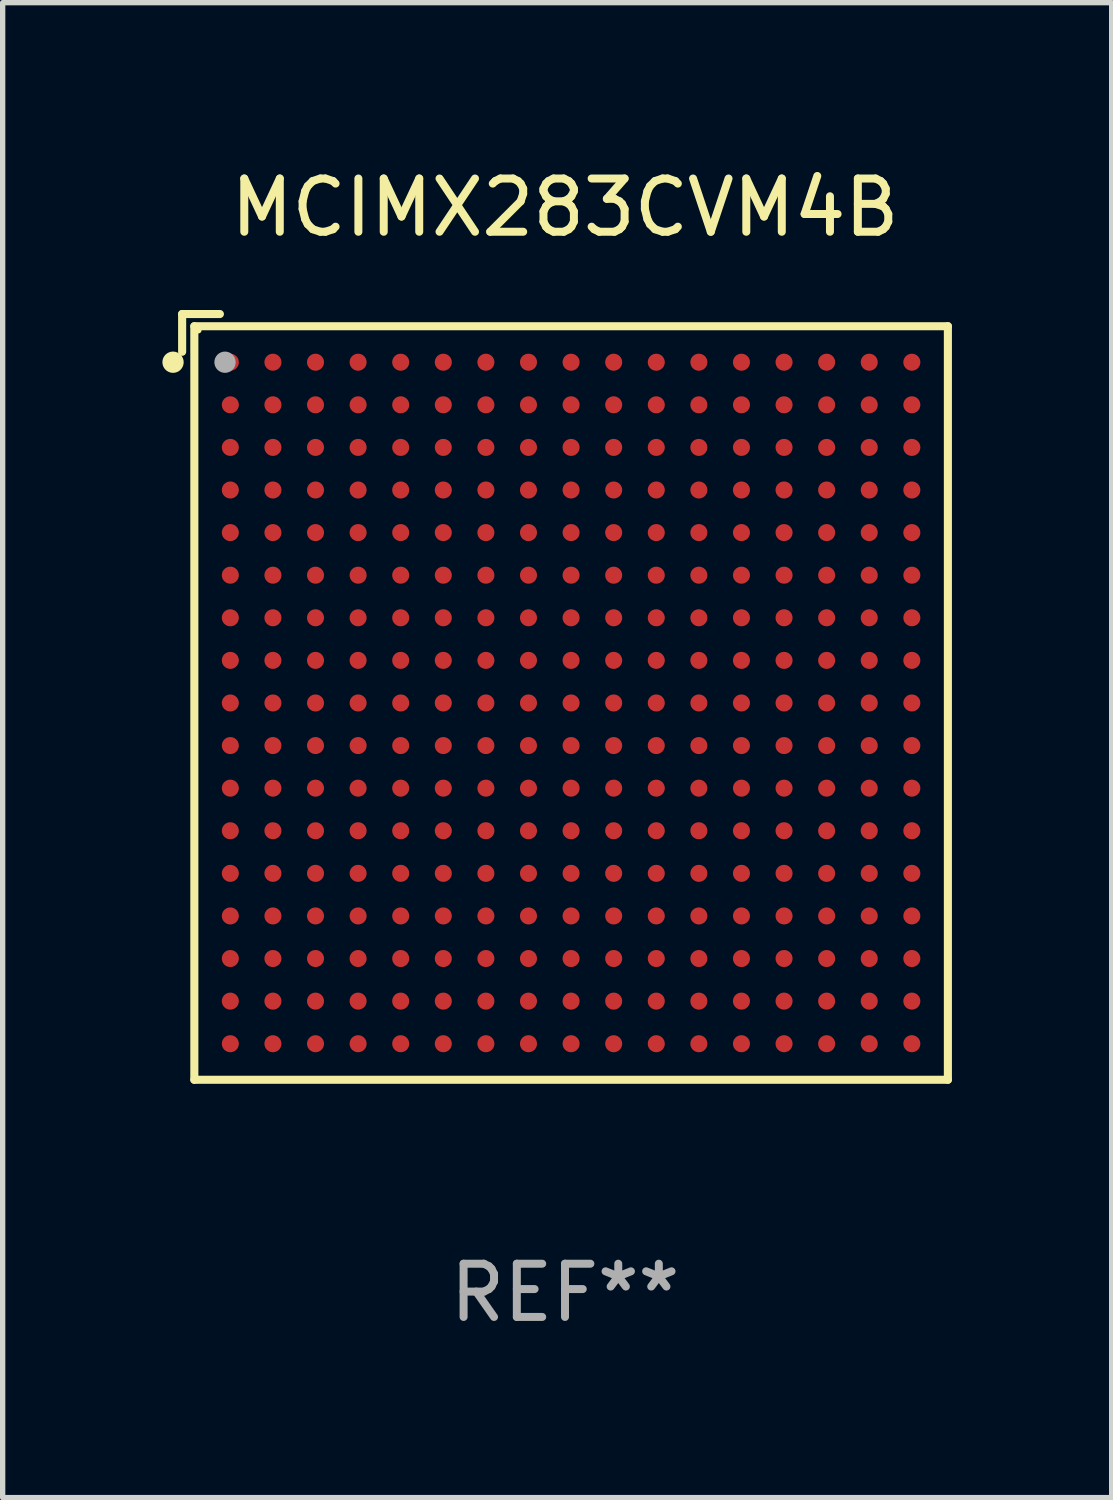
<source format=kicad_pcb>
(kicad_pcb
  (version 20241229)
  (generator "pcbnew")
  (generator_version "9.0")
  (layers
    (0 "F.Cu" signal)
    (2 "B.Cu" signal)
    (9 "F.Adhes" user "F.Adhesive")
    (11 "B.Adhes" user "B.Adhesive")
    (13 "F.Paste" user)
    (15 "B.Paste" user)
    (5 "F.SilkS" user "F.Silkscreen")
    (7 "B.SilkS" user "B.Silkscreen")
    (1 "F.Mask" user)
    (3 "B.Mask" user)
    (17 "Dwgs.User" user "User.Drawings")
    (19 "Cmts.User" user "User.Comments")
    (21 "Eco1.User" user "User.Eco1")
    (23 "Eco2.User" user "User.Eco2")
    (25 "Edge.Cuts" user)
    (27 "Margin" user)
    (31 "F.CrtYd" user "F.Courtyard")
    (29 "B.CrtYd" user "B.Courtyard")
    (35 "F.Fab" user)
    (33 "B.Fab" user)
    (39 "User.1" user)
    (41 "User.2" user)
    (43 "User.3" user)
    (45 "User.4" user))
  (footprint "MCIMX283CVM4B"
    (layer "F.Cu")
    (at 7.562 10.039)
    (property "Reference" "MCIMX283CVM4B" (at 0 -9.191 0) (layer "F.SilkS") (effects (font (size 1 1) (thickness 0.15))))
    (attr through_hole)
    (fp_line (start -7.191 -7.191) (end -7.191 -6.482) (stroke (width 0.152) (type solid)) (layer "F.SilkS"))
    (fp_line (start -6.962 -6.962) (end 7.191 -6.962) (stroke (width 0.152) (type solid)) (layer "F.SilkS"))
    (fp_line (start -6.962 7.191) (end -6.962 -6.962) (stroke (width 0.152) (type solid)) (layer "F.SilkS"))
    (fp_line (start -6.482 -7.191) (end -7.191 -7.191) (stroke (width 0.152) (type solid)) (layer "F.SilkS"))
    (fp_line (start 7.191 -6.962) (end 7.191 7.191) (stroke (width 0.152) (type solid)) (layer "F.SilkS"))
    (fp_line (start 7.191 7.191) (end -6.962 7.191) (stroke (width 0.152) (type solid)) (layer "F.SilkS"))
    (fp_circle (center -7.362 -6.286) (end -7.262 -6.286) (stroke (width 0.2) (type solid)) (fill no) (layer "F.SilkS"))
    (fp_circle (center -6.886 -6.886) (end -6.856 -6.886) (stroke (width 0.06) (type solid)) (fill no) (layer "F.SilkS"))
    (fp_circle (center -6.386 -6.286) (end -6.286 -6.286) (stroke (width 0.2) (type solid)) (fill no) (layer "F.Fab"))
    (fp_text user "REF**" (at 0 11.191 0) (layer "F.Fab") (effects (font (size 1 1) (thickness 0.15))))
    (pad "A1" smd circle (at -6.286 -6.286) (size 0.32 0.32) (layers "F.Cu" "F.Mask" "F.Paste"))
    (pad "A2" smd circle (at -5.486 -6.286) (size 0.32 0.32) (layers "F.Cu" "F.Mask" "F.Paste"))
    (pad "A3" smd circle (at -4.686 -6.286) (size 0.32 0.32) (layers "F.Cu" "F.Mask" "F.Paste"))
    (pad "A4" smd circle (at -3.886 -6.286) (size 0.32 0.32) (layers "F.Cu" "F.Mask" "F.Paste"))
    (pad "A5" smd circle (at -3.086 -6.286) (size 0.32 0.32) (layers "F.Cu" "F.Mask" "F.Paste"))
    (pad "A6" smd circle (at -2.286 -6.286) (size 0.32 0.32) (layers "F.Cu" "F.Mask" "F.Paste"))
    (pad "A7" smd circle (at -1.486 -6.286) (size 0.32 0.32) (layers "F.Cu" "F.Mask" "F.Paste"))
    (pad "A8" smd circle (at -0.686 -6.286) (size 0.32 0.32) (layers "F.Cu" "F.Mask" "F.Paste"))
    (pad "A9" smd circle (at 0.114 -6.286) (size 0.32 0.32) (layers "F.Cu" "F.Mask" "F.Paste"))
    (pad "A10" smd circle (at 0.914 -6.286) (size 0.32 0.32) (layers "F.Cu" "F.Mask" "F.Paste"))
    (pad "A11" smd circle (at 1.714 -6.286) (size 0.32 0.32) (layers "F.Cu" "F.Mask" "F.Paste"))
    (pad "A12" smd circle (at 2.514 -6.286) (size 0.32 0.32) (layers "F.Cu" "F.Mask" "F.Paste"))
    (pad "A13" smd circle (at 3.314 -6.286) (size 0.32 0.32) (layers "F.Cu" "F.Mask" "F.Paste"))
    (pad "A14" smd circle (at 4.114 -6.286) (size 0.32 0.32) (layers "F.Cu" "F.Mask" "F.Paste"))
    (pad "A15" smd circle (at 4.914 -6.286) (size 0.32 0.32) (layers "F.Cu" "F.Mask" "F.Paste"))
    (pad "A16" smd circle (at 5.714 -6.286) (size 0.32 0.32) (layers "F.Cu" "F.Mask" "F.Paste"))
    (pad "A17" smd circle (at 6.514 -6.286) (size 0.32 0.32) (layers "F.Cu" "F.Mask" "F.Paste"))
    (pad "B1" smd circle (at -6.286 -5.486) (size 0.32 0.32) (layers "F.Cu" "F.Mask" "F.Paste"))
    (pad "B2" smd circle (at -5.486 -5.486) (size 0.32 0.32) (layers "F.Cu" "F.Mask" "F.Paste"))
    (pad "B3" smd circle (at -4.686 -5.486) (size 0.32 0.32) (layers "F.Cu" "F.Mask" "F.Paste"))
    (pad "B4" smd circle (at -3.886 -5.486) (size 0.32 0.32) (layers "F.Cu" "F.Mask" "F.Paste"))
    (pad "B5" smd circle (at -3.086 -5.486) (size 0.32 0.32) (layers "F.Cu" "F.Mask" "F.Paste"))
    (pad "B6" smd circle (at -2.286 -5.486) (size 0.32 0.32) (layers "F.Cu" "F.Mask" "F.Paste"))
    (pad "B7" smd circle (at -1.486 -5.486) (size 0.32 0.32) (layers "F.Cu" "F.Mask" "F.Paste"))
    (pad "B8" smd circle (at -0.686 -5.486) (size 0.32 0.32) (layers "F.Cu" "F.Mask" "F.Paste"))
    (pad "B9" smd circle (at 0.114 -5.486) (size 0.32 0.32) (layers "F.Cu" "F.Mask" "F.Paste"))
    (pad "B10" smd circle (at 0.914 -5.486) (size 0.32 0.32) (layers "F.Cu" "F.Mask" "F.Paste"))
    (pad "B11" smd circle (at 1.714 -5.486) (size 0.32 0.32) (layers "F.Cu" "F.Mask" "F.Paste"))
    (pad "B12" smd circle (at 2.514 -5.486) (size 0.32 0.32) (layers "F.Cu" "F.Mask" "F.Paste"))
    (pad "B13" smd circle (at 3.314 -5.486) (size 0.32 0.32) (layers "F.Cu" "F.Mask" "F.Paste"))
    (pad "B14" smd circle (at 4.114 -5.486) (size 0.32 0.32) (layers "F.Cu" "F.Mask" "F.Paste"))
    (pad "B15" smd circle (at 4.914 -5.486) (size 0.32 0.32) (layers "F.Cu" "F.Mask" "F.Paste"))
    (pad "B16" smd circle (at 5.714 -5.486) (size 0.32 0.32) (layers "F.Cu" "F.Mask" "F.Paste"))
    (pad "B17" smd circle (at 6.514 -5.486) (size 0.32 0.32) (layers "F.Cu" "F.Mask" "F.Paste"))
    (pad "C1" smd circle (at -6.286 -4.686) (size 0.32 0.32) (layers "F.Cu" "F.Mask" "F.Paste"))
    (pad "C2" smd circle (at -5.486 -4.686) (size 0.32 0.32) (layers "F.Cu" "F.Mask" "F.Paste"))
    (pad "C3" smd circle (at -4.686 -4.686) (size 0.32 0.32) (layers "F.Cu" "F.Mask" "F.Paste"))
    (pad "C4" smd circle (at -3.886 -4.686) (size 0.32 0.32) (layers "F.Cu" "F.Mask" "F.Paste"))
    (pad "C5" smd circle (at -3.086 -4.686) (size 0.32 0.32) (layers "F.Cu" "F.Mask" "F.Paste"))
    (pad "C6" smd circle (at -2.286 -4.686) (size 0.32 0.32) (layers "F.Cu" "F.Mask" "F.Paste"))
    (pad "C7" smd circle (at -1.486 -4.686) (size 0.32 0.32) (layers "F.Cu" "F.Mask" "F.Paste"))
    (pad "C8" smd circle (at -0.686 -4.686) (size 0.32 0.32) (layers "F.Cu" "F.Mask" "F.Paste"))
    (pad "C9" smd circle (at 0.114 -4.686) (size 0.32 0.32) (layers "F.Cu" "F.Mask" "F.Paste"))
    (pad "C10" smd circle (at 0.914 -4.686) (size 0.32 0.32) (layers "F.Cu" "F.Mask" "F.Paste"))
    (pad "C11" smd circle (at 1.714 -4.686) (size 0.32 0.32) (layers "F.Cu" "F.Mask" "F.Paste"))
    (pad "C12" smd circle (at 2.514 -4.686) (size 0.32 0.32) (layers "F.Cu" "F.Mask" "F.Paste"))
    (pad "C13" smd circle (at 3.314 -4.686) (size 0.32 0.32) (layers "F.Cu" "F.Mask" "F.Paste"))
    (pad "C14" smd circle (at 4.114 -4.686) (size 0.32 0.32) (layers "F.Cu" "F.Mask" "F.Paste"))
    (pad "C15" smd circle (at 4.914 -4.686) (size 0.32 0.32) (layers "F.Cu" "F.Mask" "F.Paste"))
    (pad "C16" smd circle (at 5.714 -4.686) (size 0.32 0.32) (layers "F.Cu" "F.Mask" "F.Paste"))
    (pad "C17" smd circle (at 6.514 -4.686) (size 0.32 0.32) (layers "F.Cu" "F.Mask" "F.Paste"))
    (pad "D1" smd circle (at -6.286 -3.886) (size 0.32 0.32) (layers "F.Cu" "F.Mask" "F.Paste"))
    (pad "D2" smd circle (at -5.486 -3.886) (size 0.32 0.32) (layers "F.Cu" "F.Mask" "F.Paste"))
    (pad "D3" smd circle (at -4.686 -3.886) (size 0.32 0.32) (layers "F.Cu" "F.Mask" "F.Paste"))
    (pad "D4" smd circle (at -3.886 -3.886) (size 0.32 0.32) (layers "F.Cu" "F.Mask" "F.Paste"))
    (pad "D5" smd circle (at -3.086 -3.886) (size 0.32 0.32) (layers "F.Cu" "F.Mask" "F.Paste"))
    (pad "D6" smd circle (at -2.286 -3.886) (size 0.32 0.32) (layers "F.Cu" "F.Mask" "F.Paste"))
    (pad "D7" smd circle (at -1.486 -3.886) (size 0.32 0.32) (layers "F.Cu" "F.Mask" "F.Paste"))
    (pad "D8" smd circle (at -0.686 -3.886) (size 0.32 0.32) (layers "F.Cu" "F.Mask" "F.Paste"))
    (pad "D9" smd circle (at 0.114 -3.886) (size 0.32 0.32) (layers "F.Cu" "F.Mask" "F.Paste"))
    (pad "D10" smd circle (at 0.914 -3.886) (size 0.32 0.32) (layers "F.Cu" "F.Mask" "F.Paste"))
    (pad "D11" smd circle (at 1.714 -3.886) (size 0.32 0.32) (layers "F.Cu" "F.Mask" "F.Paste"))
    (pad "D12" smd circle (at 2.514 -3.886) (size 0.32 0.32) (layers "F.Cu" "F.Mask" "F.Paste"))
    (pad "D13" smd circle (at 3.314 -3.886) (size 0.32 0.32) (layers "F.Cu" "F.Mask" "F.Paste"))
    (pad "D14" smd circle (at 4.114 -3.886) (size 0.32 0.32) (layers "F.Cu" "F.Mask" "F.Paste"))
    (pad "D15" smd circle (at 4.914 -3.886) (size 0.32 0.32) (layers "F.Cu" "F.Mask" "F.Paste"))
    (pad "D16" smd circle (at 5.714 -3.886) (size 0.32 0.32) (layers "F.Cu" "F.Mask" "F.Paste"))
    (pad "D17" smd circle (at 6.514 -3.886) (size 0.32 0.32) (layers "F.Cu" "F.Mask" "F.Paste"))
    (pad "E1" smd circle (at -6.286 -3.086) (size 0.32 0.32) (layers "F.Cu" "F.Mask" "F.Paste"))
    (pad "E2" smd circle (at -5.486 -3.086) (size 0.32 0.32) (layers "F.Cu" "F.Mask" "F.Paste"))
    (pad "E3" smd circle (at -4.686 -3.086) (size 0.32 0.32) (layers "F.Cu" "F.Mask" "F.Paste"))
    (pad "E4" smd circle (at -3.886 -3.086) (size 0.32 0.32) (layers "F.Cu" "F.Mask" "F.Paste"))
    (pad "E5" smd circle (at -3.086 -3.086) (size 0.32 0.32) (layers "F.Cu" "F.Mask" "F.Paste"))
    (pad "E6" smd circle (at -2.286 -3.086) (size 0.32 0.32) (layers "F.Cu" "F.Mask" "F.Paste"))
    (pad "E7" smd circle (at -1.486 -3.086) (size 0.32 0.32) (layers "F.Cu" "F.Mask" "F.Paste"))
    (pad "E8" smd circle (at -0.686 -3.086) (size 0.32 0.32) (layers "F.Cu" "F.Mask" "F.Paste"))
    (pad "E9" smd circle (at 0.114 -3.086) (size 0.32 0.32) (layers "F.Cu" "F.Mask" "F.Paste"))
    (pad "E10" smd circle (at 0.914 -3.086) (size 0.32 0.32) (layers "F.Cu" "F.Mask" "F.Paste"))
    (pad "E11" smd circle (at 1.714 -3.086) (size 0.32 0.32) (layers "F.Cu" "F.Mask" "F.Paste"))
    (pad "E12" smd circle (at 2.514 -3.086) (size 0.32 0.32) (layers "F.Cu" "F.Mask" "F.Paste"))
    (pad "E13" smd circle (at 3.314 -3.086) (size 0.32 0.32) (layers "F.Cu" "F.Mask" "F.Paste"))
    (pad "E14" smd circle (at 4.114 -3.086) (size 0.32 0.32) (layers "F.Cu" "F.Mask" "F.Paste"))
    (pad "E15" smd circle (at 4.914 -3.086) (size 0.32 0.32) (layers "F.Cu" "F.Mask" "F.Paste"))
    (pad "E16" smd circle (at 5.714 -3.086) (size 0.32 0.32) (layers "F.Cu" "F.Mask" "F.Paste"))
    (pad "E17" smd circle (at 6.514 -3.086) (size 0.32 0.32) (layers "F.Cu" "F.Mask" "F.Paste"))
    (pad "F1" smd circle (at -6.286 -2.286) (size 0.32 0.32) (layers "F.Cu" "F.Mask" "F.Paste"))
    (pad "F2" smd circle (at -5.486 -2.286) (size 0.32 0.32) (layers "F.Cu" "F.Mask" "F.Paste"))
    (pad "F3" smd circle (at -4.686 -2.286) (size 0.32 0.32) (layers "F.Cu" "F.Mask" "F.Paste"))
    (pad "F4" smd circle (at -3.886 -2.286) (size 0.32 0.32) (layers "F.Cu" "F.Mask" "F.Paste"))
    (pad "F5" smd circle (at -3.086 -2.286) (size 0.32 0.32) (layers "F.Cu" "F.Mask" "F.Paste"))
    (pad "F6" smd circle (at -2.286 -2.286) (size 0.32 0.32) (layers "F.Cu" "F.Mask" "F.Paste"))
    (pad "F7" smd circle (at -1.486 -2.286) (size 0.32 0.32) (layers "F.Cu" "F.Mask" "F.Paste"))
    (pad "F8" smd circle (at -0.686 -2.286) (size 0.32 0.32) (layers "F.Cu" "F.Mask" "F.Paste"))
    (pad "F9" smd circle (at 0.114 -2.286) (size 0.32 0.32) (layers "F.Cu" "F.Mask" "F.Paste"))
    (pad "F10" smd circle (at 0.914 -2.286) (size 0.32 0.32) (layers "F.Cu" "F.Mask" "F.Paste"))
    (pad "F11" smd circle (at 1.714 -2.286) (size 0.32 0.32) (layers "F.Cu" "F.Mask" "F.Paste"))
    (pad "F12" smd circle (at 2.514 -2.286) (size 0.32 0.32) (layers "F.Cu" "F.Mask" "F.Paste"))
    (pad "F13" smd circle (at 3.314 -2.286) (size 0.32 0.32) (layers "F.Cu" "F.Mask" "F.Paste"))
    (pad "F14" smd circle (at 4.114 -2.286) (size 0.32 0.32) (layers "F.Cu" "F.Mask" "F.Paste"))
    (pad "F15" smd circle (at 4.914 -2.286) (size 0.32 0.32) (layers "F.Cu" "F.Mask" "F.Paste"))
    (pad "F16" smd circle (at 5.714 -2.286) (size 0.32 0.32) (layers "F.Cu" "F.Mask" "F.Paste"))
    (pad "F17" smd circle (at 6.514 -2.286) (size 0.32 0.32) (layers "F.Cu" "F.Mask" "F.Paste"))
    (pad "G1" smd circle (at -6.286 -1.486) (size 0.32 0.32) (layers "F.Cu" "F.Mask" "F.Paste"))
    (pad "G2" smd circle (at -5.486 -1.486) (size 0.32 0.32) (layers "F.Cu" "F.Mask" "F.Paste"))
    (pad "G3" smd circle (at -4.686 -1.486) (size 0.32 0.32) (layers "F.Cu" "F.Mask" "F.Paste"))
    (pad "G4" smd circle (at -3.886 -1.486) (size 0.32 0.32) (layers "F.Cu" "F.Mask" "F.Paste"))
    (pad "G5" smd circle (at -3.086 -1.486) (size 0.32 0.32) (layers "F.Cu" "F.Mask" "F.Paste"))
    (pad "G6" smd circle (at -2.286 -1.486) (size 0.32 0.32) (layers "F.Cu" "F.Mask" "F.Paste"))
    (pad "G7" smd circle (at -1.486 -1.486) (size 0.32 0.32) (layers "F.Cu" "F.Mask" "F.Paste"))
    (pad "G8" smd circle (at -0.686 -1.486) (size 0.32 0.32) (layers "F.Cu" "F.Mask" "F.Paste"))
    (pad "G9" smd circle (at 0.114 -1.486) (size 0.32 0.32) (layers "F.Cu" "F.Mask" "F.Paste"))
    (pad "G10" smd circle (at 0.914 -1.486) (size 0.32 0.32) (layers "F.Cu" "F.Mask" "F.Paste"))
    (pad "G11" smd circle (at 1.714 -1.486) (size 0.32 0.32) (layers "F.Cu" "F.Mask" "F.Paste"))
    (pad "G12" smd circle (at 2.514 -1.486) (size 0.32 0.32) (layers "F.Cu" "F.Mask" "F.Paste"))
    (pad "G13" smd circle (at 3.314 -1.486) (size 0.32 0.32) (layers "F.Cu" "F.Mask" "F.Paste"))
    (pad "G14" smd circle (at 4.114 -1.486) (size 0.32 0.32) (layers "F.Cu" "F.Mask" "F.Paste"))
    (pad "G15" smd circle (at 4.914 -1.486) (size 0.32 0.32) (layers "F.Cu" "F.Mask" "F.Paste"))
    (pad "G16" smd circle (at 5.714 -1.486) (size 0.32 0.32) (layers "F.Cu" "F.Mask" "F.Paste"))
    (pad "G17" smd circle (at 6.514 -1.486) (size 0.32 0.32) (layers "F.Cu" "F.Mask" "F.Paste"))
    (pad "H1" smd circle (at -6.286 -0.686) (size 0.32 0.32) (layers "F.Cu" "F.Mask" "F.Paste"))
    (pad "H2" smd circle (at -5.486 -0.686) (size 0.32 0.32) (layers "F.Cu" "F.Mask" "F.Paste"))
    (pad "H3" smd circle (at -4.686 -0.686) (size 0.32 0.32) (layers "F.Cu" "F.Mask" "F.Paste"))
    (pad "H4" smd circle (at -3.886 -0.686) (size 0.32 0.32) (layers "F.Cu" "F.Mask" "F.Paste"))
    (pad "H5" smd circle (at -3.086 -0.686) (size 0.32 0.32) (layers "F.Cu" "F.Mask" "F.Paste"))
    (pad "H6" smd circle (at -2.286 -0.686) (size 0.32 0.32) (layers "F.Cu" "F.Mask" "F.Paste"))
    (pad "H7" smd circle (at -1.486 -0.686) (size 0.32 0.32) (layers "F.Cu" "F.Mask" "F.Paste"))
    (pad "H8" smd circle (at -0.686 -0.686) (size 0.32 0.32) (layers "F.Cu" "F.Mask" "F.Paste"))
    (pad "H9" smd circle (at 0.114 -0.686) (size 0.32 0.32) (layers "F.Cu" "F.Mask" "F.Paste"))
    (pad "H10" smd circle (at 0.914 -0.686) (size 0.32 0.32) (layers "F.Cu" "F.Mask" "F.Paste"))
    (pad "H11" smd circle (at 1.714 -0.686) (size 0.32 0.32) (layers "F.Cu" "F.Mask" "F.Paste"))
    (pad "H12" smd circle (at 2.514 -0.686) (size 0.32 0.32) (layers "F.Cu" "F.Mask" "F.Paste"))
    (pad "H13" smd circle (at 3.314 -0.686) (size 0.32 0.32) (layers "F.Cu" "F.Mask" "F.Paste"))
    (pad "H14" smd circle (at 4.114 -0.686) (size 0.32 0.32) (layers "F.Cu" "F.Mask" "F.Paste"))
    (pad "H15" smd circle (at 4.914 -0.686) (size 0.32 0.32) (layers "F.Cu" "F.Mask" "F.Paste"))
    (pad "H16" smd circle (at 5.714 -0.686) (size 0.32 0.32) (layers "F.Cu" "F.Mask" "F.Paste"))
    (pad "H17" smd circle (at 6.514 -0.686) (size 0.32 0.32) (layers "F.Cu" "F.Mask" "F.Paste"))
    (pad "J1" smd circle (at -6.286 0.114) (size 0.32 0.32) (layers "F.Cu" "F.Mask" "F.Paste"))
    (pad "J2" smd circle (at -5.486 0.114) (size 0.32 0.32) (layers "F.Cu" "F.Mask" "F.Paste"))
    (pad "J3" smd circle (at -4.686 0.114) (size 0.32 0.32) (layers "F.Cu" "F.Mask" "F.Paste"))
    (pad "J4" smd circle (at -3.886 0.114) (size 0.32 0.32) (layers "F.Cu" "F.Mask" "F.Paste"))
    (pad "J5" smd circle (at -3.086 0.114) (size 0.32 0.32) (layers "F.Cu" "F.Mask" "F.Paste"))
    (pad "J6" smd circle (at -2.286 0.114) (size 0.32 0.32) (layers "F.Cu" "F.Mask" "F.Paste"))
    (pad "J7" smd circle (at -1.486 0.114) (size 0.32 0.32) (layers "F.Cu" "F.Mask" "F.Paste"))
    (pad "J8" smd circle (at -0.686 0.114) (size 0.32 0.32) (layers "F.Cu" "F.Mask" "F.Paste"))
    (pad "J9" smd circle (at 0.114 0.114) (size 0.32 0.32) (layers "F.Cu" "F.Mask" "F.Paste"))
    (pad "J10" smd circle (at 0.914 0.114) (size 0.32 0.32) (layers "F.Cu" "F.Mask" "F.Paste"))
    (pad "J11" smd circle (at 1.714 0.114) (size 0.32 0.32) (layers "F.Cu" "F.Mask" "F.Paste"))
    (pad "J12" smd circle (at 2.514 0.114) (size 0.32 0.32) (layers "F.Cu" "F.Mask" "F.Paste"))
    (pad "J13" smd circle (at 3.314 0.114) (size 0.32 0.32) (layers "F.Cu" "F.Mask" "F.Paste"))
    (pad "J14" smd circle (at 4.114 0.114) (size 0.32 0.32) (layers "F.Cu" "F.Mask" "F.Paste"))
    (pad "J15" smd circle (at 4.914 0.114) (size 0.32 0.32) (layers "F.Cu" "F.Mask" "F.Paste"))
    (pad "J16" smd circle (at 5.714 0.114) (size 0.32 0.32) (layers "F.Cu" "F.Mask" "F.Paste"))
    (pad "J17" smd circle (at 6.514 0.114) (size 0.32 0.32) (layers "F.Cu" "F.Mask" "F.Paste"))
    (pad "K1" smd circle (at -6.286 0.914) (size 0.32 0.32) (layers "F.Cu" "F.Mask" "F.Paste"))
    (pad "K2" smd circle (at -5.486 0.914) (size 0.32 0.32) (layers "F.Cu" "F.Mask" "F.Paste"))
    (pad "K3" smd circle (at -4.686 0.914) (size 0.32 0.32) (layers "F.Cu" "F.Mask" "F.Paste"))
    (pad "K4" smd circle (at -3.886 0.914) (size 0.32 0.32) (layers "F.Cu" "F.Mask" "F.Paste"))
    (pad "K5" smd circle (at -3.086 0.914) (size 0.32 0.32) (layers "F.Cu" "F.Mask" "F.Paste"))
    (pad "K6" smd circle (at -2.286 0.914) (size 0.32 0.32) (layers "F.Cu" "F.Mask" "F.Paste"))
    (pad "K7" smd circle (at -1.486 0.914) (size 0.32 0.32) (layers "F.Cu" "F.Mask" "F.Paste"))
    (pad "K8" smd circle (at -0.686 0.914) (size 0.32 0.32) (layers "F.Cu" "F.Mask" "F.Paste"))
    (pad "K9" smd circle (at 0.114 0.914) (size 0.32 0.32) (layers "F.Cu" "F.Mask" "F.Paste"))
    (pad "K10" smd circle (at 0.914 0.914) (size 0.32 0.32) (layers "F.Cu" "F.Mask" "F.Paste"))
    (pad "K11" smd circle (at 1.714 0.914) (size 0.32 0.32) (layers "F.Cu" "F.Mask" "F.Paste"))
    (pad "K12" smd circle (at 2.514 0.914) (size 0.32 0.32) (layers "F.Cu" "F.Mask" "F.Paste"))
    (pad "K13" smd circle (at 3.314 0.914) (size 0.32 0.32) (layers "F.Cu" "F.Mask" "F.Paste"))
    (pad "K14" smd circle (at 4.114 0.914) (size 0.32 0.32) (layers "F.Cu" "F.Mask" "F.Paste"))
    (pad "K15" smd circle (at 4.914 0.914) (size 0.32 0.32) (layers "F.Cu" "F.Mask" "F.Paste"))
    (pad "K16" smd circle (at 5.714 0.914) (size 0.32 0.32) (layers "F.Cu" "F.Mask" "F.Paste"))
    (pad "K17" smd circle (at 6.514 0.914) (size 0.32 0.32) (layers "F.Cu" "F.Mask" "F.Paste"))
    (pad "L1" smd circle (at -6.286 1.714) (size 0.32 0.32) (layers "F.Cu" "F.Mask" "F.Paste"))
    (pad "L2" smd circle (at -5.486 1.714) (size 0.32 0.32) (layers "F.Cu" "F.Mask" "F.Paste"))
    (pad "L3" smd circle (at -4.686 1.714) (size 0.32 0.32) (layers "F.Cu" "F.Mask" "F.Paste"))
    (pad "L4" smd circle (at -3.886 1.714) (size 0.32 0.32) (layers "F.Cu" "F.Mask" "F.Paste"))
    (pad "L5" smd circle (at -3.086 1.714) (size 0.32 0.32) (layers "F.Cu" "F.Mask" "F.Paste"))
    (pad "L6" smd circle (at -2.286 1.714) (size 0.32 0.32) (layers "F.Cu" "F.Mask" "F.Paste"))
    (pad "L7" smd circle (at -1.486 1.714) (size 0.32 0.32) (layers "F.Cu" "F.Mask" "F.Paste"))
    (pad "L8" smd circle (at -0.686 1.714) (size 0.32 0.32) (layers "F.Cu" "F.Mask" "F.Paste"))
    (pad "L9" smd circle (at 0.114 1.714) (size 0.32 0.32) (layers "F.Cu" "F.Mask" "F.Paste"))
    (pad "L10" smd circle (at 0.914 1.714) (size 0.32 0.32) (layers "F.Cu" "F.Mask" "F.Paste"))
    (pad "L11" smd circle (at 1.714 1.714) (size 0.32 0.32) (layers "F.Cu" "F.Mask" "F.Paste"))
    (pad "L12" smd circle (at 2.514 1.714) (size 0.32 0.32) (layers "F.Cu" "F.Mask" "F.Paste"))
    (pad "L13" smd circle (at 3.314 1.714) (size 0.32 0.32) (layers "F.Cu" "F.Mask" "F.Paste"))
    (pad "L14" smd circle (at 4.114 1.714) (size 0.32 0.32) (layers "F.Cu" "F.Mask" "F.Paste"))
    (pad "L15" smd circle (at 4.914 1.714) (size 0.32 0.32) (layers "F.Cu" "F.Mask" "F.Paste"))
    (pad "L16" smd circle (at 5.714 1.714) (size 0.32 0.32) (layers "F.Cu" "F.Mask" "F.Paste"))
    (pad "L17" smd circle (at 6.514 1.714) (size 0.32 0.32) (layers "F.Cu" "F.Mask" "F.Paste"))
    (pad "M1" smd circle (at -6.286 2.514) (size 0.32 0.32) (layers "F.Cu" "F.Mask" "F.Paste"))
    (pad "M2" smd circle (at -5.486 2.514) (size 0.32 0.32) (layers "F.Cu" "F.Mask" "F.Paste"))
    (pad "M3" smd circle (at -4.686 2.514) (size 0.32 0.32) (layers "F.Cu" "F.Mask" "F.Paste"))
    (pad "M4" smd circle (at -3.886 2.514) (size 0.32 0.32) (layers "F.Cu" "F.Mask" "F.Paste"))
    (pad "M5" smd circle (at -3.086 2.514) (size 0.32 0.32) (layers "F.Cu" "F.Mask" "F.Paste"))
    (pad "M6" smd circle (at -2.286 2.514) (size 0.32 0.32) (layers "F.Cu" "F.Mask" "F.Paste"))
    (pad "M7" smd circle (at -1.486 2.514) (size 0.32 0.32) (layers "F.Cu" "F.Mask" "F.Paste"))
    (pad "M8" smd circle (at -0.686 2.514) (size 0.32 0.32) (layers "F.Cu" "F.Mask" "F.Paste"))
    (pad "M9" smd circle (at 0.114 2.514) (size 0.32 0.32) (layers "F.Cu" "F.Mask" "F.Paste"))
    (pad "M10" smd circle (at 0.914 2.514) (size 0.32 0.32) (layers "F.Cu" "F.Mask" "F.Paste"))
    (pad "M11" smd circle (at 1.714 2.514) (size 0.32 0.32) (layers "F.Cu" "F.Mask" "F.Paste"))
    (pad "M12" smd circle (at 2.514 2.514) (size 0.32 0.32) (layers "F.Cu" "F.Mask" "F.Paste"))
    (pad "M13" smd circle (at 3.314 2.514) (size 0.32 0.32) (layers "F.Cu" "F.Mask" "F.Paste"))
    (pad "M14" smd circle (at 4.114 2.514) (size 0.32 0.32) (layers "F.Cu" "F.Mask" "F.Paste"))
    (pad "M15" smd circle (at 4.914 2.514) (size 0.32 0.32) (layers "F.Cu" "F.Mask" "F.Paste"))
    (pad "M16" smd circle (at 5.714 2.514) (size 0.32 0.32) (layers "F.Cu" "F.Mask" "F.Paste"))
    (pad "M17" smd circle (at 6.514 2.514) (size 0.32 0.32) (layers "F.Cu" "F.Mask" "F.Paste"))
    (pad "N1" smd circle (at -6.286 3.314) (size 0.32 0.32) (layers "F.Cu" "F.Mask" "F.Paste"))
    (pad "N2" smd circle (at -5.486 3.314) (size 0.32 0.32) (layers "F.Cu" "F.Mask" "F.Paste"))
    (pad "N3" smd circle (at -4.686 3.314) (size 0.32 0.32) (layers "F.Cu" "F.Mask" "F.Paste"))
    (pad "N4" smd circle (at -3.886 3.314) (size 0.32 0.32) (layers "F.Cu" "F.Mask" "F.Paste"))
    (pad "N5" smd circle (at -3.086 3.314) (size 0.32 0.32) (layers "F.Cu" "F.Mask" "F.Paste"))
    (pad "N6" smd circle (at -2.286 3.314) (size 0.32 0.32) (layers "F.Cu" "F.Mask" "F.Paste"))
    (pad "N7" smd circle (at -1.486 3.314) (size 0.32 0.32) (layers "F.Cu" "F.Mask" "F.Paste"))
    (pad "N8" smd circle (at -0.686 3.314) (size 0.32 0.32) (layers "F.Cu" "F.Mask" "F.Paste"))
    (pad "N9" smd circle (at 0.114 3.314) (size 0.32 0.32) (layers "F.Cu" "F.Mask" "F.Paste"))
    (pad "N10" smd circle (at 0.914 3.314) (size 0.32 0.32) (layers "F.Cu" "F.Mask" "F.Paste"))
    (pad "N11" smd circle (at 1.714 3.314) (size 0.32 0.32) (layers "F.Cu" "F.Mask" "F.Paste"))
    (pad "N12" smd circle (at 2.514 3.314) (size 0.32 0.32) (layers "F.Cu" "F.Mask" "F.Paste"))
    (pad "N13" smd circle (at 3.314 3.314) (size 0.32 0.32) (layers "F.Cu" "F.Mask" "F.Paste"))
    (pad "N14" smd circle (at 4.114 3.314) (size 0.32 0.32) (layers "F.Cu" "F.Mask" "F.Paste"))
    (pad "N15" smd circle (at 4.914 3.314) (size 0.32 0.32) (layers "F.Cu" "F.Mask" "F.Paste"))
    (pad "N16" smd circle (at 5.714 3.314) (size 0.32 0.32) (layers "F.Cu" "F.Mask" "F.Paste"))
    (pad "N17" smd circle (at 6.514 3.314) (size 0.32 0.32) (layers "F.Cu" "F.Mask" "F.Paste"))
    (pad "P1" smd circle (at -6.286 4.114) (size 0.32 0.32) (layers "F.Cu" "F.Mask" "F.Paste"))
    (pad "P2" smd circle (at -5.486 4.114) (size 0.32 0.32) (layers "F.Cu" "F.Mask" "F.Paste"))
    (pad "P3" smd circle (at -4.686 4.114) (size 0.32 0.32) (layers "F.Cu" "F.Mask" "F.Paste"))
    (pad "P4" smd circle (at -3.886 4.114) (size 0.32 0.32) (layers "F.Cu" "F.Mask" "F.Paste"))
    (pad "P5" smd circle (at -3.086 4.114) (size 0.32 0.32) (layers "F.Cu" "F.Mask" "F.Paste"))
    (pad "P6" smd circle (at -2.286 4.114) (size 0.32 0.32) (layers "F.Cu" "F.Mask" "F.Paste"))
    (pad "P7" smd circle (at -1.486 4.114) (size 0.32 0.32) (layers "F.Cu" "F.Mask" "F.Paste"))
    (pad "P8" smd circle (at -0.686 4.114) (size 0.32 0.32) (layers "F.Cu" "F.Mask" "F.Paste"))
    (pad "P9" smd circle (at 0.114 4.114) (size 0.32 0.32) (layers "F.Cu" "F.Mask" "F.Paste"))
    (pad "P10" smd circle (at 0.914 4.114) (size 0.32 0.32) (layers "F.Cu" "F.Mask" "F.Paste"))
    (pad "P11" smd circle (at 1.714 4.114) (size 0.32 0.32) (layers "F.Cu" "F.Mask" "F.Paste"))
    (pad "P12" smd circle (at 2.514 4.114) (size 0.32 0.32) (layers "F.Cu" "F.Mask" "F.Paste"))
    (pad "P13" smd circle (at 3.314 4.114) (size 0.32 0.32) (layers "F.Cu" "F.Mask" "F.Paste"))
    (pad "P14" smd circle (at 4.114 4.114) (size 0.32 0.32) (layers "F.Cu" "F.Mask" "F.Paste"))
    (pad "P15" smd circle (at 4.914 4.114) (size 0.32 0.32) (layers "F.Cu" "F.Mask" "F.Paste"))
    (pad "P16" smd circle (at 5.714 4.114) (size 0.32 0.32) (layers "F.Cu" "F.Mask" "F.Paste"))
    (pad "P17" smd circle (at 6.514 4.114) (size 0.32 0.32) (layers "F.Cu" "F.Mask" "F.Paste"))
    (pad "R1" smd circle (at -6.286 4.914) (size 0.32 0.32) (layers "F.Cu" "F.Mask" "F.Paste"))
    (pad "R2" smd circle (at -5.486 4.914) (size 0.32 0.32) (layers "F.Cu" "F.Mask" "F.Paste"))
    (pad "R3" smd circle (at -4.686 4.914) (size 0.32 0.32) (layers "F.Cu" "F.Mask" "F.Paste"))
    (pad "R4" smd circle (at -3.886 4.914) (size 0.32 0.32) (layers "F.Cu" "F.Mask" "F.Paste"))
    (pad "R5" smd circle (at -3.086 4.914) (size 0.32 0.32) (layers "F.Cu" "F.Mask" "F.Paste"))
    (pad "R6" smd circle (at -2.286 4.914) (size 0.32 0.32) (layers "F.Cu" "F.Mask" "F.Paste"))
    (pad "R7" smd circle (at -1.486 4.914) (size 0.32 0.32) (layers "F.Cu" "F.Mask" "F.Paste"))
    (pad "R8" smd circle (at -0.686 4.914) (size 0.32 0.32) (layers "F.Cu" "F.Mask" "F.Paste"))
    (pad "R9" smd circle (at 0.114 4.914) (size 0.32 0.32) (layers "F.Cu" "F.Mask" "F.Paste"))
    (pad "R10" smd circle (at 0.914 4.914) (size 0.32 0.32) (layers "F.Cu" "F.Mask" "F.Paste"))
    (pad "R11" smd circle (at 1.714 4.914) (size 0.32 0.32) (layers "F.Cu" "F.Mask" "F.Paste"))
    (pad "R12" smd circle (at 2.514 4.914) (size 0.32 0.32) (layers "F.Cu" "F.Mask" "F.Paste"))
    (pad "R13" smd circle (at 3.314 4.914) (size 0.32 0.32) (layers "F.Cu" "F.Mask" "F.Paste"))
    (pad "R14" smd circle (at 4.114 4.914) (size 0.32 0.32) (layers "F.Cu" "F.Mask" "F.Paste"))
    (pad "R15" smd circle (at 4.914 4.914) (size 0.32 0.32) (layers "F.Cu" "F.Mask" "F.Paste"))
    (pad "R16" smd circle (at 5.714 4.914) (size 0.32 0.32) (layers "F.Cu" "F.Mask" "F.Paste"))
    (pad "R17" smd circle (at 6.514 4.914) (size 0.32 0.32) (layers "F.Cu" "F.Mask" "F.Paste"))
    (pad "T1" smd circle (at -6.286 5.714) (size 0.32 0.32) (layers "F.Cu" "F.Mask" "F.Paste"))
    (pad "T2" smd circle (at -5.486 5.714) (size 0.32 0.32) (layers "F.Cu" "F.Mask" "F.Paste"))
    (pad "T3" smd circle (at -4.686 5.714) (size 0.32 0.32) (layers "F.Cu" "F.Mask" "F.Paste"))
    (pad "T4" smd circle (at -3.886 5.714) (size 0.32 0.32) (layers "F.Cu" "F.Mask" "F.Paste"))
    (pad "T5" smd circle (at -3.086 5.714) (size 0.32 0.32) (layers "F.Cu" "F.Mask" "F.Paste"))
    (pad "T6" smd circle (at -2.286 5.714) (size 0.32 0.32) (layers "F.Cu" "F.Mask" "F.Paste"))
    (pad "T7" smd circle (at -1.486 5.714) (size 0.32 0.32) (layers "F.Cu" "F.Mask" "F.Paste"))
    (pad "T8" smd circle (at -0.686 5.714) (size 0.32 0.32) (layers "F.Cu" "F.Mask" "F.Paste"))
    (pad "T9" smd circle (at 0.114 5.714) (size 0.32 0.32) (layers "F.Cu" "F.Mask" "F.Paste"))
    (pad "T10" smd circle (at 0.914 5.714) (size 0.32 0.32) (layers "F.Cu" "F.Mask" "F.Paste"))
    (pad "T11" smd circle (at 1.714 5.714) (size 0.32 0.32) (layers "F.Cu" "F.Mask" "F.Paste"))
    (pad "T12" smd circle (at 2.514 5.714) (size 0.32 0.32) (layers "F.Cu" "F.Mask" "F.Paste"))
    (pad "T13" smd circle (at 3.314 5.714) (size 0.32 0.32) (layers "F.Cu" "F.Mask" "F.Paste"))
    (pad "T14" smd circle (at 4.114 5.714) (size 0.32 0.32) (layers "F.Cu" "F.Mask" "F.Paste"))
    (pad "T15" smd circle (at 4.914 5.714) (size 0.32 0.32) (layers "F.Cu" "F.Mask" "F.Paste"))
    (pad "T16" smd circle (at 5.714 5.714) (size 0.32 0.32) (layers "F.Cu" "F.Mask" "F.Paste"))
    (pad "T17" smd circle (at 6.514 5.714) (size 0.32 0.32) (layers "F.Cu" "F.Mask" "F.Paste"))
    (pad "U1" smd circle (at -6.286 6.514) (size 0.32 0.32) (layers "F.Cu" "F.Mask" "F.Paste"))
    (pad "U2" smd circle (at -5.486 6.514) (size 0.32 0.32) (layers "F.Cu" "F.Mask" "F.Paste"))
    (pad "U3" smd circle (at -4.686 6.514) (size 0.32 0.32) (layers "F.Cu" "F.Mask" "F.Paste"))
    (pad "U4" smd circle (at -3.886 6.514) (size 0.32 0.32) (layers "F.Cu" "F.Mask" "F.Paste"))
    (pad "U5" smd circle (at -3.086 6.514) (size 0.32 0.32) (layers "F.Cu" "F.Mask" "F.Paste"))
    (pad "U6" smd circle (at -2.286 6.514) (size 0.32 0.32) (layers "F.Cu" "F.Mask" "F.Paste"))
    (pad "U7" smd circle (at -1.486 6.514) (size 0.32 0.32) (layers "F.Cu" "F.Mask" "F.Paste"))
    (pad "U8" smd circle (at -0.686 6.514) (size 0.32 0.32) (layers "F.Cu" "F.Mask" "F.Paste"))
    (pad "U9" smd circle (at 0.114 6.514) (size 0.32 0.32) (layers "F.Cu" "F.Mask" "F.Paste"))
    (pad "U10" smd circle (at 0.914 6.514) (size 0.32 0.32) (layers "F.Cu" "F.Mask" "F.Paste"))
    (pad "U11" smd circle (at 1.714 6.514) (size 0.32 0.32) (layers "F.Cu" "F.Mask" "F.Paste"))
    (pad "U12" smd circle (at 2.514 6.514) (size 0.32 0.32) (layers "F.Cu" "F.Mask" "F.Paste"))
    (pad "U13" smd circle (at 3.314 6.514) (size 0.32 0.32) (layers "F.Cu" "F.Mask" "F.Paste"))
    (pad "U14" smd circle (at 4.114 6.514) (size 0.32 0.32) (layers "F.Cu" "F.Mask" "F.Paste"))
    (pad "U15" smd circle (at 4.914 6.514) (size 0.32 0.32) (layers "F.Cu" "F.Mask" "F.Paste"))
    (pad "U16" smd circle (at 5.714 6.514) (size 0.32 0.32) (layers "F.Cu" "F.Mask" "F.Paste"))
    (pad "U17" smd circle (at 6.514 6.514) (size 0.32 0.32) (layers "F.Cu" "F.Mask" "F.Paste")))
  (gr_rect
    (start -3 -3)
    (end 17.829 25.078)
    (stroke (width 0.1) (type default))
    (fill no)
    (layer "Edge.Cuts")))
</source>
